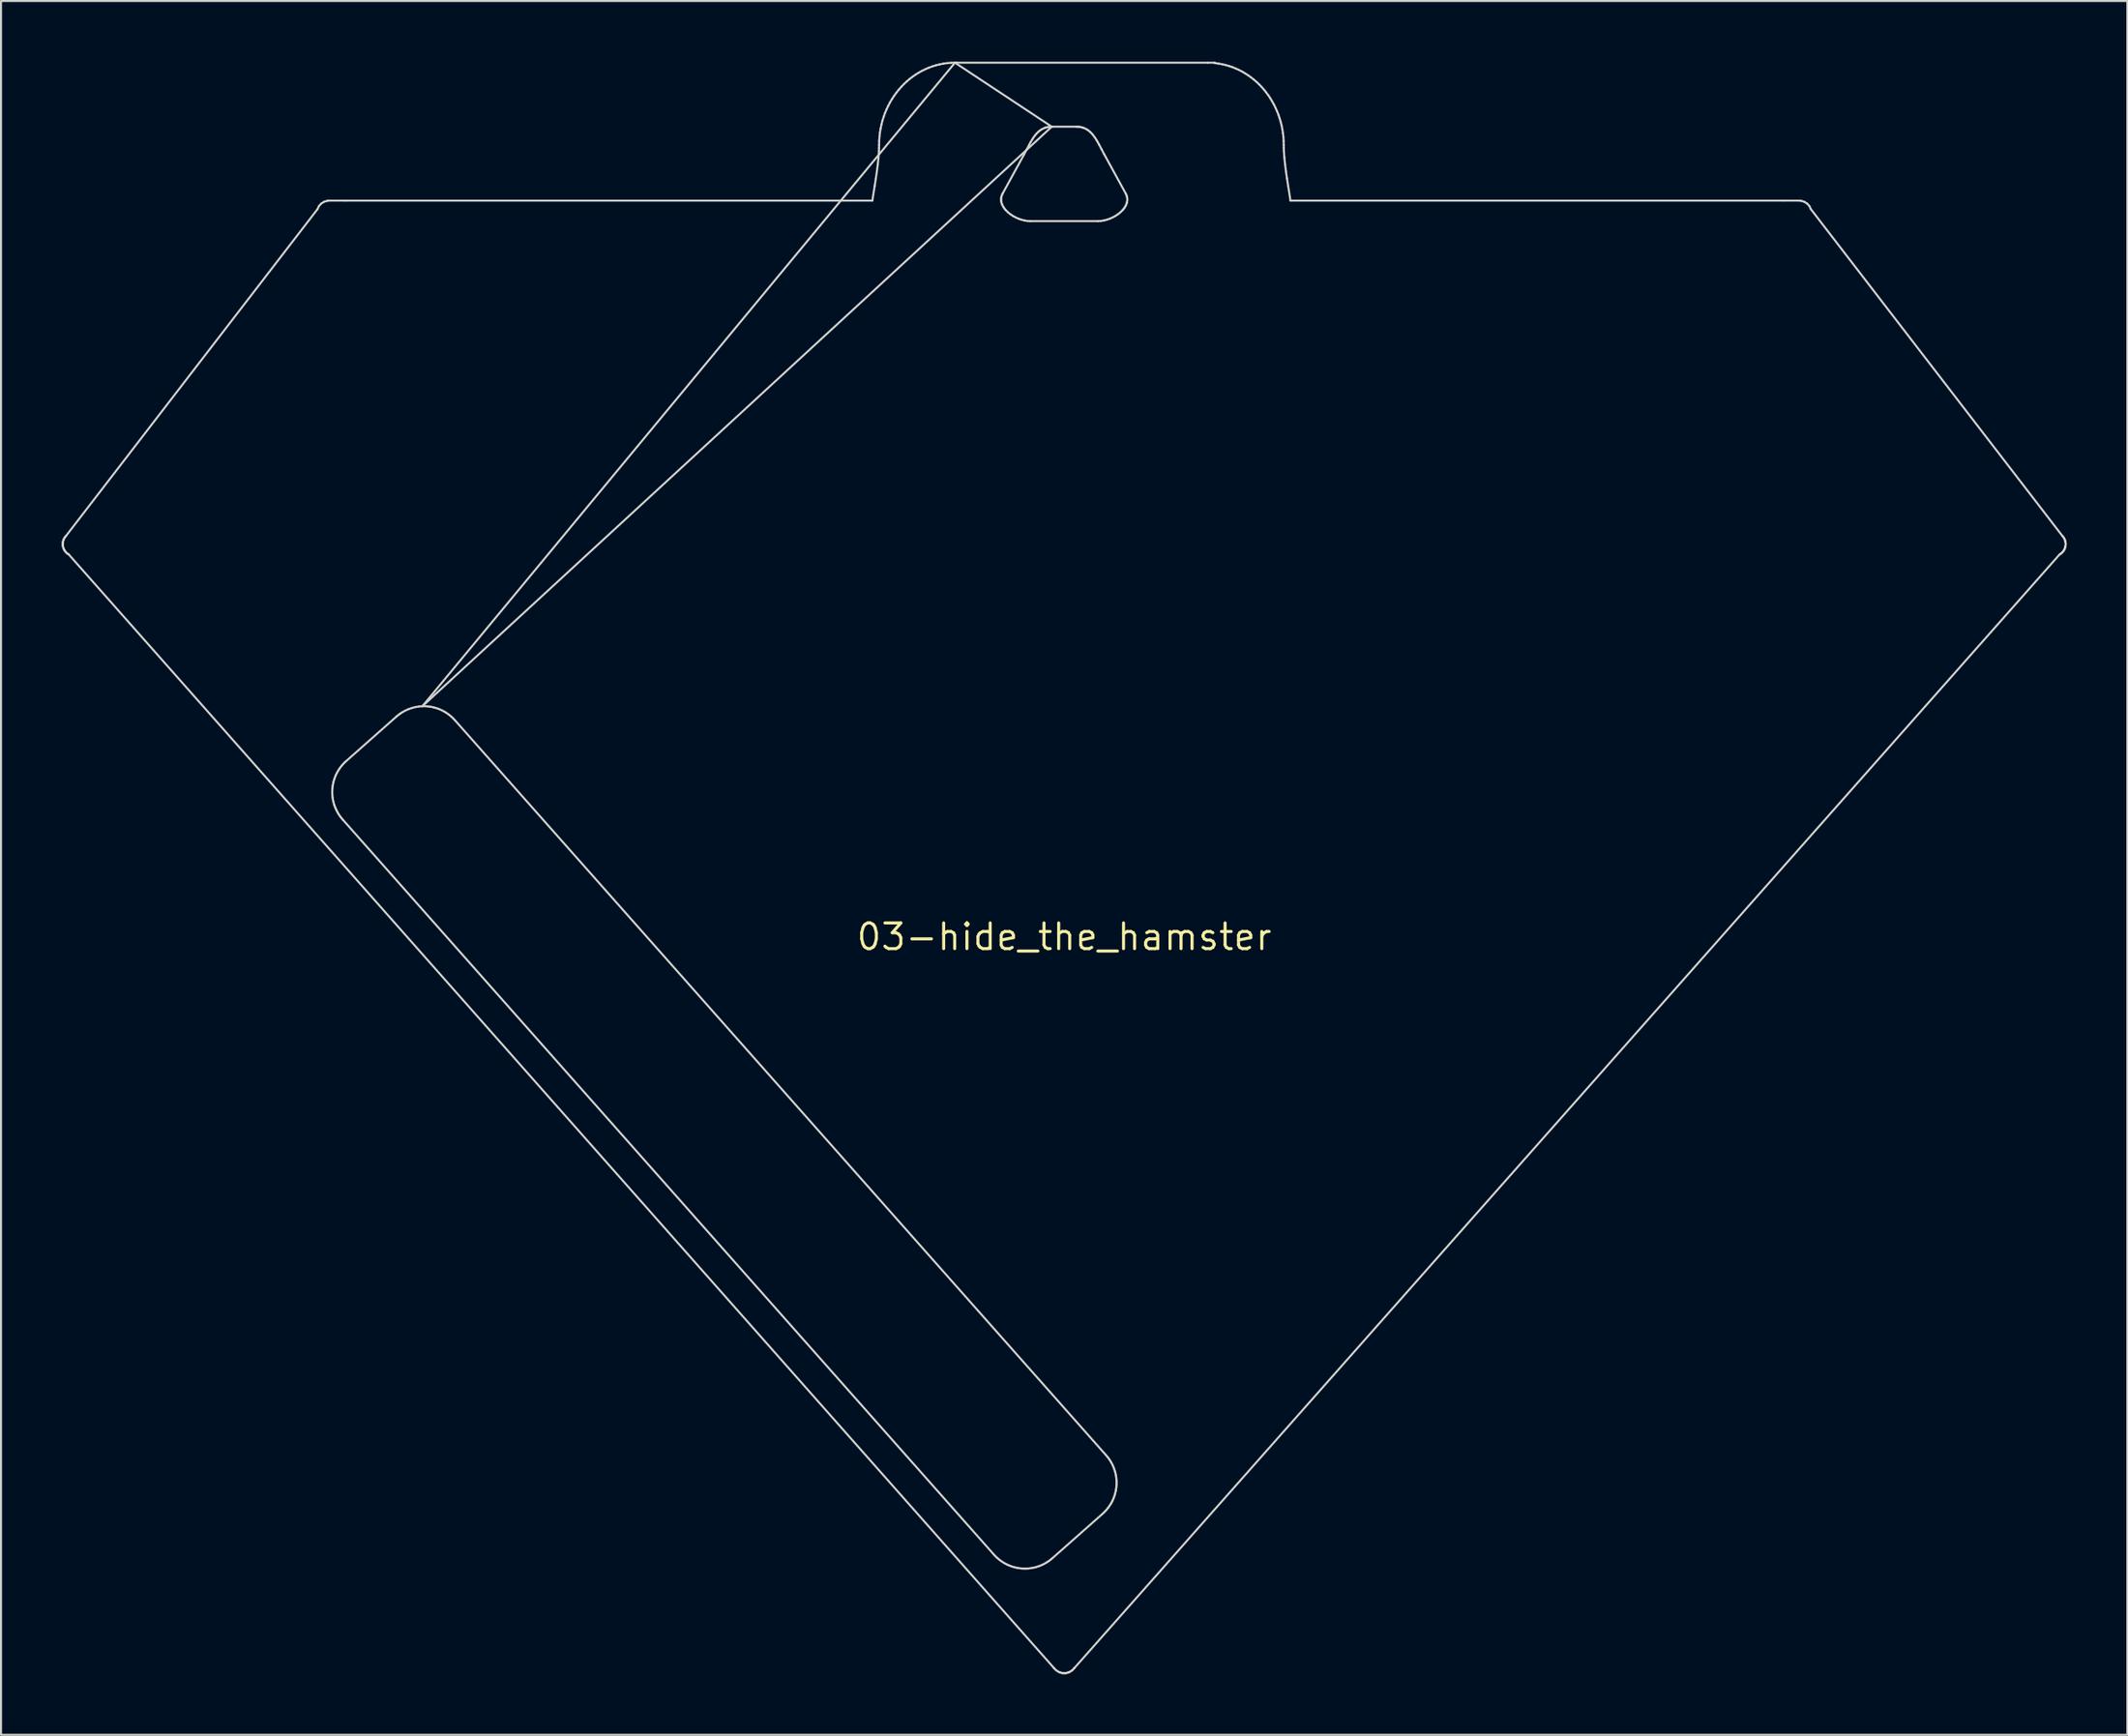
<source format=kicad_pcb>
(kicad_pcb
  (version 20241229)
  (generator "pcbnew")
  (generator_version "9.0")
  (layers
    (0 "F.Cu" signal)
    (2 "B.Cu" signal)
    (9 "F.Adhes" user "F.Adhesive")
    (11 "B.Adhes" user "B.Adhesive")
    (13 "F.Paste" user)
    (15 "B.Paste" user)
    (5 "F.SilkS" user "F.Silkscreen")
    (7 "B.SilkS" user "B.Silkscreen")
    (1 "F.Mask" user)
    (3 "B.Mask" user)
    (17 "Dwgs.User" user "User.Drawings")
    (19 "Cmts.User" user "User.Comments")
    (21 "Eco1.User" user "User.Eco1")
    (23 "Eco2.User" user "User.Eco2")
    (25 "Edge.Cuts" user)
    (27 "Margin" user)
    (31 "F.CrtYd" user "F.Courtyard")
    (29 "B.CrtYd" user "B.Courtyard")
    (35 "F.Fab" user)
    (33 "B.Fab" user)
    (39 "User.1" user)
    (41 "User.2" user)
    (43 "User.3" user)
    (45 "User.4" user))
  (footprint "03-hide_the_hamster"
    (layer "F.Cu")
    (at 49.55 43.279)
    (property "Reference" "03-hide_the_hamster" (at 0 0 0) (layer "F.SilkS") (effects (font (size 1.27 1.27) (thickness 0.15))))
    (attr through_hole)
    (fp_line (start -49.5 -19.424) (end -49.498 -19.377) (stroke (width 0.1) (type solid)) (layer "Edge.Cuts"))
    (fp_line (start -49.498 -19.463) (end -49.5 -19.424) (stroke (width 0.1) (type solid)) (layer "Edge.Cuts"))
    (fp_line (start -49.498 -19.377) (end -49.494 -19.346) (stroke (width 0.1) (type solid)) (layer "Edge.Cuts"))
    (fp_line (start -49.494 -19.499) (end -49.498 -19.463) (stroke (width 0.1) (type solid)) (layer "Edge.Cuts"))
    (fp_line (start -49.494 -19.346) (end -49.487 -19.306) (stroke (width 0.1) (type solid)) (layer "Edge.Cuts"))
    (fp_line (start -49.489 -19.532) (end -49.494 -19.499) (stroke (width 0.1) (type solid)) (layer "Edge.Cuts"))
    (fp_line (start -49.487 -19.306) (end -49.486 -19.299) (stroke (width 0.1) (type solid)) (layer "Edge.Cuts"))
    (fp_line (start -49.486 -19.299) (end -49.473 -19.251) (stroke (width 0.1) (type solid)) (layer "Edge.Cuts"))
    (fp_line (start -49.484 -19.554) (end -49.489 -19.532) (stroke (width 0.1) (type solid)) (layer "Edge.Cuts"))
    (fp_line (start -49.475 -19.588) (end -49.484 -19.554) (stroke (width 0.1) (type solid)) (layer "Edge.Cuts"))
    (fp_line (start -49.473 -19.251) (end -49.468 -19.237) (stroke (width 0.1) (type solid)) (layer "Edge.Cuts"))
    (fp_line (start -49.468 -19.612) (end -49.475 -19.588) (stroke (width 0.1) (type solid)) (layer "Edge.Cuts"))
    (fp_line (start -49.468 -19.237) (end -49.453 -19.194) (stroke (width 0.1) (type solid)) (layer "Edge.Cuts"))
    (fp_line (start -49.456 -19.645) (end -49.468 -19.612) (stroke (width 0.1) (type solid)) (layer "Edge.Cuts"))
    (fp_line (start -49.453 -19.194) (end -49.441 -19.169) (stroke (width 0.1) (type solid)) (layer "Edge.Cuts"))
    (fp_line (start -49.441 -19.679) (end -49.456 -19.645) (stroke (width 0.1) (type solid)) (layer "Edge.Cuts"))
    (fp_line (start -49.441 -19.169) (end -49.428 -19.145) (stroke (width 0.1) (type solid)) (layer "Edge.Cuts"))
    (fp_line (start -49.436 -19.688) (end -49.441 -19.679) (stroke (width 0.1) (type solid)) (layer "Edge.Cuts"))
    (fp_line (start -49.428 -19.145) (end -49.415 -19.122) (stroke (width 0.1) (type solid)) (layer "Edge.Cuts"))
    (fp_line (start -49.415 -19.122) (end -49.393 -19.087) (stroke (width 0.1) (type solid)) (layer "Edge.Cuts"))
    (fp_line (start -49.408 -19.737) (end -49.436 -19.688) (stroke (width 0.1) (type solid)) (layer "Edge.Cuts"))
    (fp_line (start -49.393 -19.087) (end -49.391 -19.082) (stroke (width 0.1) (type solid)) (layer "Edge.Cuts"))
    (fp_line (start -49.391 -19.082) (end -49.355 -19.037) (stroke (width 0.1) (type solid)) (layer "Edge.Cuts"))
    (fp_line (start -49.378 -19.781) (end -49.408 -19.737) (stroke (width 0.1) (type solid)) (layer "Edge.Cuts"))
    (fp_line (start -49.369 -19.792) (end -49.378 -19.781) (stroke (width 0.1) (type solid)) (layer "Edge.Cuts"))
    (fp_line (start -49.355 -19.037) (end -49.314 -18.994) (stroke (width 0.1) (type solid)) (layer "Edge.Cuts"))
    (fp_line (start -49.334 -19.832) (end -49.369 -19.792) (stroke (width 0.1) (type solid)) (layer "Edge.Cuts"))
    (fp_line (start -49.314 -18.994) (end -49.311 -18.991) (stroke (width 0.1) (type solid)) (layer "Edge.Cuts"))
    (fp_line (start -49.311 -18.991) (end -49.272 -18.957) (stroke (width 0.1) (type solid)) (layer "Edge.Cuts"))
    (fp_line (start -49.272 -18.957) (end -49.244 -18.937) (stroke (width 0.1) (type solid)) (layer "Edge.Cuts"))
    (fp_line (start -49.244 -18.937) (end -49.227 -18.925) (stroke (width 0.1) (type solid)) (layer "Edge.Cuts"))
    (fp_line (start -49.227 -18.925) (end -49.199 -18.908) (stroke (width 0.1) (type solid)) (layer "Edge.Cuts"))
    (fp_line (start -49.199 -18.908) (end -0.512 36.147) (stroke (width 0.1) (type solid)) (layer "Edge.Cuts"))
    (fp_line (start -36.908 -35.985) (end -49.334 -19.832) (stroke (width 0.1) (type solid)) (layer "Edge.Cuts"))
    (fp_line (start -36.835 -36.137) (end -36.908 -35.985) (stroke (width 0.1) (type solid)) (layer "Edge.Cuts"))
    (fp_line (start -36.724 -36.261) (end -36.835 -36.137) (stroke (width 0.1) (type solid)) (layer "Edge.Cuts"))
    (fp_line (start -36.582 -36.351) (end -36.724 -36.261) (stroke (width 0.1) (type solid)) (layer "Edge.Cuts"))
    (fp_line (start -36.418 -36.408) (end -36.418 -36.4) (stroke (width 0.1) (type solid)) (layer "Edge.Cuts"))
    (fp_line (start -36.418 -36.4) (end -36.582 -36.351) (stroke (width 0.1) (type solid)) (layer "Edge.Cuts"))
    (fp_line (start -36.32 -36.408) (end -36.418 -36.408) (stroke (width 0.1) (type solid)) (layer "Edge.Cuts"))
    (fp_line (start -36.179 -7.188) (end -36.175 -7.286) (stroke (width 0.1) (type solid)) (layer "Edge.Cuts"))
    (fp_line (start -36.178 -7.09) (end -36.179 -7.188) (stroke (width 0.1) (type solid)) (layer "Edge.Cuts"))
    (fp_line (start -36.175 -7.286) (end -36.167 -7.384) (stroke (width 0.1) (type solid)) (layer "Edge.Cuts"))
    (fp_line (start -36.172 -6.992) (end -36.178 -7.09) (stroke (width 0.1) (type solid)) (layer "Edge.Cuts"))
    (fp_line (start -36.167 -7.384) (end -36.154 -7.482) (stroke (width 0.1) (type solid)) (layer "Edge.Cuts"))
    (fp_line (start -36.161 -6.894) (end -36.172 -6.992) (stroke (width 0.1) (type solid)) (layer "Edge.Cuts"))
    (fp_line (start -36.154 -7.482) (end -36.136 -7.579) (stroke (width 0.1) (type solid)) (layer "Edge.Cuts"))
    (fp_line (start -36.146 -6.796) (end -36.161 -6.894) (stroke (width 0.1) (type solid)) (layer "Edge.Cuts"))
    (fp_line (start -36.136 -7.579) (end -36.114 -7.675) (stroke (width 0.1) (type solid)) (layer "Edge.Cuts"))
    (fp_line (start -36.126 -6.699) (end -36.146 -6.796) (stroke (width 0.1) (type solid)) (layer "Edge.Cuts"))
    (fp_line (start -36.114 -7.675) (end -36.087 -7.77) (stroke (width 0.1) (type solid)) (layer "Edge.Cuts"))
    (fp_line (start -36.101 -6.603) (end -36.126 -6.699) (stroke (width 0.1) (type solid)) (layer "Edge.Cuts"))
    (fp_line (start -36.087 -7.77) (end -36.055 -7.863) (stroke (width 0.1) (type solid)) (layer "Edge.Cuts"))
    (fp_line (start -36.072 -6.508) (end -36.101 -6.603) (stroke (width 0.1) (type solid)) (layer "Edge.Cuts"))
    (fp_line (start -36.055 -7.863) (end -36.019 -7.956) (stroke (width 0.1) (type solid)) (layer "Edge.Cuts"))
    (fp_line (start -36.037 -6.414) (end -36.072 -6.508) (stroke (width 0.1) (type solid)) (layer "Edge.Cuts"))
    (fp_line (start -36.019 -7.956) (end -35.978 -8.047) (stroke (width 0.1) (type solid)) (layer "Edge.Cuts"))
    (fp_line (start -35.998 -6.321) (end -36.037 -6.414) (stroke (width 0.1) (type solid)) (layer "Edge.Cuts"))
    (fp_line (start -35.978 -8.047) (end -35.933 -8.136) (stroke (width 0.1) (type solid)) (layer "Edge.Cuts"))
    (fp_line (start -35.954 -6.23) (end -35.998 -6.321) (stroke (width 0.1) (type solid)) (layer "Edge.Cuts"))
    (fp_line (start -35.933 -8.136) (end -35.883 -8.223) (stroke (width 0.1) (type solid)) (layer "Edge.Cuts"))
    (fp_line (start -35.905 -6.14) (end -35.954 -6.23) (stroke (width 0.1) (type solid)) (layer "Edge.Cuts"))
    (fp_line (start -35.883 -8.223) (end -35.828 -8.308) (stroke (width 0.1) (type solid)) (layer "Edge.Cuts"))
    (fp_line (start -35.852 -6.053) (end -35.905 -6.14) (stroke (width 0.1) (type solid)) (layer "Edge.Cuts"))
    (fp_line (start -35.828 -8.308) (end -35.769 -8.391) (stroke (width 0.1) (type solid)) (layer "Edge.Cuts"))
    (fp_line (start -35.793 -5.967) (end -35.852 -6.053) (stroke (width 0.1) (type solid)) (layer "Edge.Cuts"))
    (fp_line (start -35.769 -8.391) (end -35.705 -8.472) (stroke (width 0.1) (type solid)) (layer "Edge.Cuts"))
    (fp_line (start -35.73 -5.884) (end -35.793 -5.967) (stroke (width 0.1) (type solid)) (layer "Edge.Cuts"))
    (fp_line (start -35.705 -8.472) (end -35.637 -8.55) (stroke (width 0.1) (type solid)) (layer "Edge.Cuts"))
    (fp_line (start -35.662 -5.803) (end -35.73 -5.884) (stroke (width 0.1) (type solid)) (layer "Edge.Cuts"))
    (fp_line (start -35.637 -8.55) (end -35.564 -8.625) (stroke (width 0.1) (type solid)) (layer "Edge.Cuts"))
    (fp_line (start -35.565 -36.408) (end -36.32 -36.408) (stroke (width 0.1) (type solid)) (layer "Edge.Cuts"))
    (fp_line (start -35.564 -8.625) (end -35.486 -8.697) (stroke (width 0.1) (type solid)) (layer "Edge.Cuts"))
    (fp_line (start -35.486 -8.697) (end -33.01 -10.89) (stroke (width 0.1) (type solid)) (layer "Edge.Cuts"))
    (fp_line (start -35.467 -36.408) (end -35.565 -36.408) (stroke (width 0.1) (type solid)) (layer "Edge.Cuts"))
    (fp_line (start -33.01 -10.89) (end -32.939 -10.95) (stroke (width 0.1) (type solid)) (layer "Edge.Cuts"))
    (fp_line (start -32.939 -10.95) (end -32.867 -11.006) (stroke (width 0.1) (type solid)) (layer "Edge.Cuts"))
    (fp_line (start -32.867 -11.006) (end -32.792 -11.058) (stroke (width 0.1) (type solid)) (layer "Edge.Cuts"))
    (fp_line (start -32.792 -11.058) (end -32.716 -11.107) (stroke (width 0.1) (type solid)) (layer "Edge.Cuts"))
    (fp_line (start -32.716 -11.107) (end -32.56 -11.194) (stroke (width 0.1) (type solid)) (layer "Edge.Cuts"))
    (fp_line (start -32.56 -11.194) (end -32.399 -11.265) (stroke (width 0.1) (type solid)) (layer "Edge.Cuts"))
    (fp_line (start -32.399 -11.265) (end -32.233 -11.322) (stroke (width 0.1) (type solid)) (layer "Edge.Cuts"))
    (fp_line (start -32.233 -11.322) (end -32.065 -11.365) (stroke (width 0.1) (type solid)) (layer "Edge.Cuts"))
    (fp_line (start -32.065 -11.365) (end -31.894 -11.393) (stroke (width 0.1) (type solid)) (layer "Edge.Cuts"))
    (fp_line (start -31.894 -11.393) (end -31.723 -11.406) (stroke (width 0.1) (type solid)) (layer "Edge.Cuts"))
    (fp_line (start -31.723 -11.406) (end -31.723 -11.406) (stroke (width 0.1) (type solid)) (layer "Edge.Cuts"))
    (fp_line (start -31.723 -11.406) (end -31.612 -11.407) (stroke (width 0.1) (type solid)) (layer "Edge.Cuts"))
    (fp_line (start -31.723 -11.406) (end -5.399 -43.229) (stroke (width 0.1) (type solid)) (layer "Edge.Cuts"))
    (fp_line (start -31.612 -11.407) (end -31.502 -11.402) (stroke (width 0.1) (type solid)) (layer "Edge.Cuts"))
    (fp_line (start -31.502 -11.402) (end -31.392 -11.391) (stroke (width 0.1) (type solid)) (layer "Edge.Cuts"))
    (fp_line (start -31.392 -11.391) (end -31.282 -11.374) (stroke (width 0.1) (type solid)) (layer "Edge.Cuts"))
    (fp_line (start -31.282 -11.374) (end -31.174 -11.351) (stroke (width 0.1) (type solid)) (layer "Edge.Cuts"))
    (fp_line (start -31.174 -11.351) (end -31.067 -11.322) (stroke (width 0.1) (type solid)) (layer "Edge.Cuts"))
    (fp_line (start -31.067 -11.322) (end -30.961 -11.288) (stroke (width 0.1) (type solid)) (layer "Edge.Cuts"))
    (fp_line (start -30.961 -11.288) (end -30.857 -11.247) (stroke (width 0.1) (type solid)) (layer "Edge.Cuts"))
    (fp_line (start -30.857 -11.247) (end -30.755 -11.201) (stroke (width 0.1) (type solid)) (layer "Edge.Cuts"))
    (fp_line (start -30.755 -11.201) (end -30.655 -11.149) (stroke (width 0.1) (type solid)) (layer "Edge.Cuts"))
    (fp_line (start -30.655 -11.149) (end -30.557 -11.091) (stroke (width 0.1) (type solid)) (layer "Edge.Cuts"))
    (fp_line (start -30.557 -11.091) (end -30.462 -11.027) (stroke (width 0.1) (type solid)) (layer "Edge.Cuts"))
    (fp_line (start -30.462 -11.027) (end -30.371 -10.957) (stroke (width 0.1) (type solid)) (layer "Edge.Cuts"))
    (fp_line (start -30.371 -10.957) (end -30.282 -10.882) (stroke (width 0.1) (type solid)) (layer "Edge.Cuts"))
    (fp_line (start -30.282 -10.882) (end -30.197 -10.801) (stroke (width 0.1) (type solid)) (layer "Edge.Cuts"))
    (fp_line (start -30.197 -10.801) (end -30.115 -10.714) (stroke (width 0.1) (type solid)) (layer "Edge.Cuts"))
    (fp_line (start -30.115 -10.714) (end 2.072 25.634) (stroke (width 0.1) (type solid)) (layer "Edge.Cuts"))
    (fp_line (start -9.482 -36.408) (end -35.467 -36.408) (stroke (width 0.1) (type solid)) (layer "Edge.Cuts"))
    (fp_line (start -9.367 -37.134) (end -9.482 -36.408) (stroke (width 0.1) (type solid)) (layer "Edge.Cuts"))
    (fp_line (start -9.31 -37.494) (end -9.367 -37.134) (stroke (width 0.1) (type solid)) (layer "Edge.Cuts"))
    (fp_line (start -9.259 -37.849) (end -9.31 -37.494) (stroke (width 0.1) (type solid)) (layer "Edge.Cuts"))
    (fp_line (start -9.214 -38.196) (end -9.259 -37.849) (stroke (width 0.1) (type solid)) (layer "Edge.Cuts"))
    (fp_line (start -9.179 -38.532) (end -9.214 -38.196) (stroke (width 0.1) (type solid)) (layer "Edge.Cuts"))
    (fp_line (start -9.156 -38.854) (end -9.179 -38.532) (stroke (width 0.1) (type solid)) (layer "Edge.Cuts"))
    (fp_line (start -9.15 -39.009) (end -9.156 -38.854) (stroke (width 0.1) (type solid)) (layer "Edge.Cuts"))
    (fp_line (start -9.148 -39.16) (end -9.15 -39.009) (stroke (width 0.1) (type solid)) (layer "Edge.Cuts"))
    (fp_line (start -9.144 -39.369) (end -9.148 -39.16) (stroke (width 0.1) (type solid)) (layer "Edge.Cuts"))
    (fp_line (start -9.129 -39.576) (end -9.144 -39.369) (stroke (width 0.1) (type solid)) (layer "Edge.Cuts"))
    (fp_line (start -9.105 -39.779) (end -9.129 -39.576) (stroke (width 0.1) (type solid)) (layer "Edge.Cuts"))
    (fp_line (start -9.072 -39.98) (end -9.105 -39.779) (stroke (width 0.1) (type solid)) (layer "Edge.Cuts"))
    (fp_line (start -9.03 -40.177) (end -9.072 -39.98) (stroke (width 0.1) (type solid)) (layer "Edge.Cuts"))
    (fp_line (start -8.98 -40.37) (end -9.03 -40.177) (stroke (width 0.1) (type solid)) (layer "Edge.Cuts"))
    (fp_line (start -8.921 -40.559) (end -8.98 -40.37) (stroke (width 0.1) (type solid)) (layer "Edge.Cuts"))
    (fp_line (start -8.854 -40.744) (end -8.921 -40.559) (stroke (width 0.1) (type solid)) (layer "Edge.Cuts"))
    (fp_line (start -8.779 -40.924) (end -8.854 -40.744) (stroke (width 0.1) (type solid)) (layer "Edge.Cuts"))
    (fp_line (start -8.696 -41.099) (end -8.779 -40.924) (stroke (width 0.1) (type solid)) (layer "Edge.Cuts"))
    (fp_line (start -8.606 -41.27) (end -8.696 -41.099) (stroke (width 0.1) (type solid)) (layer "Edge.Cuts"))
    (fp_line (start -8.508 -41.435) (end -8.606 -41.27) (stroke (width 0.1) (type solid)) (layer "Edge.Cuts"))
    (fp_line (start -8.404 -41.594) (end -8.508 -41.435) (stroke (width 0.1) (type solid)) (layer "Edge.Cuts"))
    (fp_line (start -8.292 -41.748) (end -8.404 -41.594) (stroke (width 0.1) (type solid)) (layer "Edge.Cuts"))
    (fp_line (start -8.174 -41.896) (end -8.292 -41.748) (stroke (width 0.1) (type solid)) (layer "Edge.Cuts"))
    (fp_line (start -8.05 -42.037) (end -8.174 -41.896) (stroke (width 0.1) (type solid)) (layer "Edge.Cuts"))
    (fp_line (start -7.92 -42.172) (end -8.05 -42.037) (stroke (width 0.1) (type solid)) (layer "Edge.Cuts"))
    (fp_line (start -7.784 -42.3) (end -7.92 -42.172) (stroke (width 0.1) (type solid)) (layer "Edge.Cuts"))
    (fp_line (start -7.642 -42.421) (end -7.784 -42.3) (stroke (width 0.1) (type solid)) (layer "Edge.Cuts"))
    (fp_line (start -7.495 -42.534) (end -7.642 -42.421) (stroke (width 0.1) (type solid)) (layer "Edge.Cuts"))
    (fp_line (start -7.343 -42.64) (end -7.495 -42.534) (stroke (width 0.1) (type solid)) (layer "Edge.Cuts"))
    (fp_line (start -7.186 -42.738) (end -7.343 -42.64) (stroke (width 0.1) (type solid)) (layer "Edge.Cuts"))
    (fp_line (start -7.024 -42.828) (end -7.186 -42.738) (stroke (width 0.1) (type solid)) (layer "Edge.Cuts"))
    (fp_line (start -6.858 -42.909) (end -7.024 -42.828) (stroke (width 0.1) (type solid)) (layer "Edge.Cuts"))
    (fp_line (start -6.688 -42.982) (end -6.858 -42.909) (stroke (width 0.1) (type solid)) (layer "Edge.Cuts"))
    (fp_line (start -6.514 -43.046) (end -6.688 -42.982) (stroke (width 0.1) (type solid)) (layer "Edge.Cuts"))
    (fp_line (start -6.336 -43.101) (end -6.514 -43.046) (stroke (width 0.1) (type solid)) (layer "Edge.Cuts"))
    (fp_line (start -6.155 -43.146) (end -6.336 -43.101) (stroke (width 0.1) (type solid)) (layer "Edge.Cuts"))
    (fp_line (start -5.97 -43.182) (end -6.155 -43.146) (stroke (width 0.1) (type solid)) (layer "Edge.Cuts"))
    (fp_line (start -5.782 -43.208) (end -5.97 -43.182) (stroke (width 0.1) (type solid)) (layer "Edge.Cuts"))
    (fp_line (start -5.592 -43.224) (end -5.782 -43.208) (stroke (width 0.1) (type solid)) (layer "Edge.Cuts"))
    (fp_line (start -5.399 -43.229) (end -5.592 -43.224) (stroke (width 0.1) (type solid)) (layer "Edge.Cuts"))
    (fp_line (start -5.399 -43.229) (end -5.399 -43.229) (stroke (width 0.1) (type solid)) (layer "Edge.Cuts"))
    (fp_line (start -5.399 -43.229) (end -0.614 -40.063) (stroke (width 0.1) (type solid)) (layer "Edge.Cuts"))
    (fp_line (start -5.301 -43.229) (end -5.301 -43.225) (stroke (width 0.1) (type solid)) (layer "Edge.Cuts"))
    (fp_line (start -5.301 -43.225) (end -5.399 -43.229) (stroke (width 0.1) (type solid)) (layer "Edge.Cuts"))
    (fp_line (start -3.474 30.545) (end -35.662 -5.803) (stroke (width 0.1) (type solid)) (layer "Edge.Cuts"))
    (fp_line (start -3.402 30.623) (end -3.474 30.545) (stroke (width 0.1) (type solid)) (layer "Edge.Cuts"))
    (fp_line (start -3.327 30.696) (end -3.402 30.623) (stroke (width 0.1) (type solid)) (layer "Edge.Cuts"))
    (fp_line (start -3.249 30.764) (end -3.327 30.696) (stroke (width 0.1) (type solid)) (layer "Edge.Cuts"))
    (fp_line (start -3.168 30.828) (end -3.249 30.764) (stroke (width 0.1) (type solid)) (layer "Edge.Cuts"))
    (fp_line (start -3.119 -36.45) (end -3.117 -36.512) (stroke (width 0.1) (type solid)) (layer "Edge.Cuts"))
    (fp_line (start -3.117 -36.512) (end -3.109 -36.574) (stroke (width 0.1) (type solid)) (layer "Edge.Cuts"))
    (fp_line (start -3.114 -36.389) (end -3.119 -36.45) (stroke (width 0.1) (type solid)) (layer "Edge.Cuts"))
    (fp_line (start -3.109 -36.574) (end -3.093 -36.637) (stroke (width 0.1) (type solid)) (layer "Edge.Cuts"))
    (fp_line (start -3.104 -36.328) (end -3.114 -36.389) (stroke (width 0.1) (type solid)) (layer "Edge.Cuts"))
    (fp_line (start -3.093 -36.637) (end -3.071 -36.699) (stroke (width 0.1) (type solid)) (layer "Edge.Cuts"))
    (fp_line (start -3.087 -36.268) (end -3.104 -36.328) (stroke (width 0.1) (type solid)) (layer "Edge.Cuts"))
    (fp_line (start -3.085 30.887) (end -3.168 30.828) (stroke (width 0.1) (type solid)) (layer "Edge.Cuts"))
    (fp_line (start -3.071 -36.699) (end -3.04 -36.762) (stroke (width 0.1) (type solid)) (layer "Edge.Cuts"))
    (fp_line (start -3.064 -36.209) (end -3.087 -36.268) (stroke (width 0.1) (type solid)) (layer "Edge.Cuts"))
    (fp_line (start -3.04 -36.762) (end -1.981 -38.695) (stroke (width 0.1) (type solid)) (layer "Edge.Cuts"))
    (fp_line (start -3.037 -36.15) (end -3.064 -36.209) (stroke (width 0.1) (type solid)) (layer "Edge.Cuts"))
    (fp_line (start -3.004 -36.093) (end -3.037 -36.15) (stroke (width 0.1) (type solid)) (layer "Edge.Cuts"))
    (fp_line (start -3 30.942) (end -3.085 30.887) (stroke (width 0.1) (type solid)) (layer "Edge.Cuts"))
    (fp_line (start -2.967 -36.037) (end -3.004 -36.093) (stroke (width 0.1) (type solid)) (layer "Edge.Cuts"))
    (fp_line (start -2.926 -35.982) (end -2.967 -36.037) (stroke (width 0.1) (type solid)) (layer "Edge.Cuts"))
    (fp_line (start -2.913 30.992) (end -3 30.942) (stroke (width 0.1) (type solid)) (layer "Edge.Cuts"))
    (fp_line (start -2.88 -35.93) (end -2.926 -35.982) (stroke (width 0.1) (type solid)) (layer "Edge.Cuts"))
    (fp_line (start -2.824 31.038) (end -2.913 30.992) (stroke (width 0.1) (type solid)) (layer "Edge.Cuts"))
    (fp_line (start -2.777 -35.829) (end -2.88 -35.93) (stroke (width 0.1) (type solid)) (layer "Edge.Cuts"))
    (fp_line (start -2.733 31.079) (end -2.824 31.038) (stroke (width 0.1) (type solid)) (layer "Edge.Cuts"))
    (fp_line (start -2.661 -35.736) (end -2.777 -35.829) (stroke (width 0.1) (type solid)) (layer "Edge.Cuts"))
    (fp_line (start -2.64 31.115) (end -2.733 31.079) (stroke (width 0.1) (type solid)) (layer "Edge.Cuts"))
    (fp_line (start -2.547 31.146) (end -2.64 31.115) (stroke (width 0.1) (type solid)) (layer "Edge.Cuts"))
    (fp_line (start -2.535 -35.652) (end -2.661 -35.736) (stroke (width 0.1) (type solid)) (layer "Edge.Cuts"))
    (fp_line (start -2.452 31.173) (end -2.547 31.146) (stroke (width 0.1) (type solid)) (layer "Edge.Cuts"))
    (fp_line (start -2.399 -35.578) (end -2.535 -35.652) (stroke (width 0.1) (type solid)) (layer "Edge.Cuts"))
    (fp_line (start -2.356 31.196) (end -2.452 31.173) (stroke (width 0.1) (type solid)) (layer "Edge.Cuts"))
    (fp_line (start -2.259 31.213) (end -2.356 31.196) (stroke (width 0.1) (type solid)) (layer "Edge.Cuts"))
    (fp_line (start -2.258 -35.515) (end -2.399 -35.578) (stroke (width 0.1) (type solid)) (layer "Edge.Cuts"))
    (fp_line (start -2.161 31.226) (end -2.259 31.213) (stroke (width 0.1) (type solid)) (layer "Edge.Cuts"))
    (fp_line (start -2.112 -35.463) (end -2.258 -35.515) (stroke (width 0.1) (type solid)) (layer "Edge.Cuts"))
    (fp_line (start -2.063 31.235) (end -2.161 31.226) (stroke (width 0.1) (type solid)) (layer "Edge.Cuts"))
    (fp_line (start -1.981 -38.695) (end -1.849 -38.945) (stroke (width 0.1) (type solid)) (layer "Edge.Cuts"))
    (fp_line (start -1.965 31.238) (end -2.063 31.235) (stroke (width 0.1) (type solid)) (layer "Edge.Cuts"))
    (fp_line (start -1.964 -35.426) (end -2.112 -35.463) (stroke (width 0.1) (type solid)) (layer "Edge.Cuts"))
    (fp_line (start -1.867 31.237) (end -1.965 31.238) (stroke (width 0.1) (type solid)) (layer "Edge.Cuts"))
    (fp_line (start -1.849 -38.945) (end -1.721 -39.189) (stroke (width 0.1) (type solid)) (layer "Edge.Cuts"))
    (fp_line (start -1.817 -35.402) (end -1.964 -35.426) (stroke (width 0.1) (type solid)) (layer "Edge.Cuts"))
    (fp_line (start -1.769 31.231) (end -1.867 31.237) (stroke (width 0.1) (type solid)) (layer "Edge.Cuts"))
    (fp_line (start -1.721 -39.189) (end -1.656 -39.307) (stroke (width 0.1) (type solid)) (layer "Edge.Cuts"))
    (fp_line (start -1.673 -35.394) (end -1.817 -35.402) (stroke (width 0.1) (type solid)) (layer "Edge.Cuts"))
    (fp_line (start -1.671 31.221) (end -1.769 31.231) (stroke (width 0.1) (type solid)) (layer "Edge.Cuts"))
    (fp_line (start -1.656 -39.307) (end -1.588 -39.42) (stroke (width 0.1) (type solid)) (layer "Edge.Cuts"))
    (fp_line (start -1.588 -39.42) (end -1.519 -39.527) (stroke (width 0.1) (type solid)) (layer "Edge.Cuts"))
    (fp_line (start -1.573 31.205) (end -1.671 31.221) (stroke (width 0.1) (type solid)) (layer "Edge.Cuts"))
    (fp_line (start -1.519 -39.527) (end -1.445 -39.628) (stroke (width 0.1) (type solid)) (layer "Edge.Cuts"))
    (fp_line (start -1.476 31.185) (end -1.573 31.205) (stroke (width 0.1) (type solid)) (layer "Edge.Cuts"))
    (fp_line (start -1.445 -39.628) (end -1.367 -39.721) (stroke (width 0.1) (type solid)) (layer "Edge.Cuts"))
    (fp_line (start -1.38 31.161) (end -1.476 31.185) (stroke (width 0.1) (type solid)) (layer "Edge.Cuts"))
    (fp_line (start -1.367 -39.721) (end -1.284 -39.805) (stroke (width 0.1) (type solid)) (layer "Edge.Cuts"))
    (fp_line (start -1.285 31.131) (end -1.38 31.161) (stroke (width 0.1) (type solid)) (layer "Edge.Cuts"))
    (fp_line (start -1.284 -39.805) (end -1.194 -39.879) (stroke (width 0.1) (type solid)) (layer "Edge.Cuts"))
    (fp_line (start -1.194 -39.879) (end -1.096 -39.943) (stroke (width 0.1) (type solid)) (layer "Edge.Cuts"))
    (fp_line (start -1.191 31.097) (end -1.285 31.131) (stroke (width 0.1) (type solid)) (layer "Edge.Cuts"))
    (fp_line (start -1.098 31.057) (end -1.191 31.097) (stroke (width 0.1) (type solid)) (layer "Edge.Cuts"))
    (fp_line (start -1.096 -39.943) (end -0.99 -39.993) (stroke (width 0.1) (type solid)) (layer "Edge.Cuts"))
    (fp_line (start -1.007 31.014) (end -1.098 31.057) (stroke (width 0.1) (type solid)) (layer "Edge.Cuts"))
    (fp_line (start -0.99 -39.993) (end -0.934 -40.014) (stroke (width 0.1) (type solid)) (layer "Edge.Cuts"))
    (fp_line (start -0.934 -40.014) (end -0.875 -40.031) (stroke (width 0.1) (type solid)) (layer "Edge.Cuts"))
    (fp_line (start -0.917 30.965) (end -1.007 31.014) (stroke (width 0.1) (type solid)) (layer "Edge.Cuts"))
    (fp_line (start -0.875 -40.031) (end -0.814 -40.045) (stroke (width 0.1) (type solid)) (layer "Edge.Cuts"))
    (fp_line (start -0.83 30.911) (end -0.917 30.965) (stroke (width 0.1) (type solid)) (layer "Edge.Cuts"))
    (fp_line (start -0.814 -40.045) (end -0.75 -40.055) (stroke (width 0.1) (type solid)) (layer "Edge.Cuts"))
    (fp_line (start -0.75 -40.055) (end -0.684 -40.061) (stroke (width 0.1) (type solid)) (layer "Edge.Cuts"))
    (fp_line (start -0.744 30.853) (end -0.83 30.911) (stroke (width 0.1) (type solid)) (layer "Edge.Cuts"))
    (fp_line (start -0.684 -40.061) (end -0.614 -40.063) (stroke (width 0.1) (type solid)) (layer "Edge.Cuts"))
    (fp_line (start -0.661 30.789) (end -0.744 30.853) (stroke (width 0.1) (type solid)) (layer "Edge.Cuts"))
    (fp_line (start -0.614 -40.063) (end -31.723 -11.406) (stroke (width 0.1) (type solid)) (layer "Edge.Cuts"))
    (fp_line (start -0.614 -40.063) (end -0.614 -40.063) (stroke (width 0.1) (type solid)) (layer "Edge.Cuts"))
    (fp_line (start -0.614 -40.063) (end 0.614 -40.063) (stroke (width 0.1) (type solid)) (layer "Edge.Cuts"))
    (fp_line (start -0.58 30.721) (end -0.661 30.789) (stroke (width 0.1) (type solid)) (layer "Edge.Cuts"))
    (fp_line (start -0.512 36.147) (end -0.511 36.144) (stroke (width 0.1) (type solid)) (layer "Edge.Cuts"))
    (fp_line (start -0.511 36.144) (end -0.482 36.181) (stroke (width 0.1) (type solid)) (layer "Edge.Cuts"))
    (fp_line (start -0.482 36.181) (end -0.396 36.267) (stroke (width 0.1) (type solid)) (layer "Edge.Cuts"))
    (fp_line (start -0.396 36.267) (end -0.295 36.334) (stroke (width 0.1) (type solid)) (layer "Edge.Cuts"))
    (fp_line (start -0.295 36.334) (end -0.239 36.36) (stroke (width 0.1) (type solid)) (layer "Edge.Cuts"))
    (fp_line (start -0.239 36.36) (end -0.189 36.378) (stroke (width 0.1) (type solid)) (layer "Edge.Cuts"))
    (fp_line (start -0.189 36.378) (end -0.177 36.382) (stroke (width 0.1) (type solid)) (layer "Edge.Cuts"))
    (fp_line (start -0.177 36.382) (end -0.127 36.395) (stroke (width 0.1) (type solid)) (layer "Edge.Cuts"))
    (fp_line (start -0.127 36.395) (end -0.121 36.396) (stroke (width 0.1) (type solid)) (layer "Edge.Cuts"))
    (fp_line (start -0.121 36.396) (end -0.12 36.396) (stroke (width 0.1) (type solid)) (layer "Edge.Cuts"))
    (fp_line (start -0.12 36.396) (end -0.076 36.403) (stroke (width 0.1) (type solid)) (layer "Edge.Cuts"))
    (fp_line (start -0.076 36.403) (end -0.061 36.406) (stroke (width 0.1) (type solid)) (layer "Edge.Cuts"))
    (fp_line (start -0.061 36.406) (end -0.002 36.409) (stroke (width 0.1) (type solid)) (layer "Edge.Cuts"))
    (fp_line (start -0.002 36.409) (end 0.047 36.407) (stroke (width 0.1) (type solid)) (layer "Edge.Cuts"))
    (fp_line (start 0.047 36.407) (end 0.052 36.406) (stroke (width 0.1) (type solid)) (layer "Edge.Cuts"))
    (fp_line (start 0.052 36.406) (end 0.097 36.4) (stroke (width 0.1) (type solid)) (layer "Edge.Cuts"))
    (fp_line (start 0.097 36.4) (end 0.108 36.398) (stroke (width 0.1) (type solid)) (layer "Edge.Cuts"))
    (fp_line (start 0.108 36.398) (end 0.11 36.398) (stroke (width 0.1) (type solid)) (layer "Edge.Cuts"))
    (fp_line (start 0.11 36.398) (end 0.148 36.39) (stroke (width 0.1) (type solid)) (layer "Edge.Cuts"))
    (fp_line (start 0.148 36.39) (end 0.177 36.382) (stroke (width 0.1) (type solid)) (layer "Edge.Cuts"))
    (fp_line (start 0.177 36.382) (end 0.192 36.377) (stroke (width 0.1) (type solid)) (layer "Edge.Cuts"))
    (fp_line (start 0.192 36.377) (end 0.235 36.362) (stroke (width 0.1) (type solid)) (layer "Edge.Cuts"))
    (fp_line (start 0.235 36.362) (end 0.246 36.357) (stroke (width 0.1) (type solid)) (layer "Edge.Cuts"))
    (fp_line (start 0.246 36.357) (end 0.295 36.334) (stroke (width 0.1) (type solid)) (layer "Edge.Cuts"))
    (fp_line (start 0.295 36.334) (end 0.347 36.303) (stroke (width 0.1) (type solid)) (layer "Edge.Cuts"))
    (fp_line (start 0.347 36.303) (end 0.395 36.267) (stroke (width 0.1) (type solid)) (layer "Edge.Cuts"))
    (fp_line (start 0.395 36.267) (end 0.441 36.226) (stroke (width 0.1) (type solid)) (layer "Edge.Cuts"))
    (fp_line (start 0.441 36.226) (end 0.481 36.181) (stroke (width 0.1) (type solid)) (layer "Edge.Cuts"))
    (fp_line (start 0.481 36.181) (end 0.511 36.144) (stroke (width 0.1) (type solid)) (layer "Edge.Cuts"))
    (fp_line (start 0.511 36.144) (end 0.512 36.146) (stroke (width 0.1) (type solid)) (layer "Edge.Cuts"))
    (fp_line (start 0.512 36.146) (end 49.199 -18.909) (stroke (width 0.1) (type solid)) (layer "Edge.Cuts"))
    (fp_line (start 0.614 -40.063) (end 0.683 -40.061) (stroke (width 0.1) (type solid)) (layer "Edge.Cuts"))
    (fp_line (start 0.683 -40.061) (end 0.75 -40.055) (stroke (width 0.1) (type solid)) (layer "Edge.Cuts"))
    (fp_line (start 0.75 -40.055) (end 0.813 -40.045) (stroke (width 0.1) (type solid)) (layer "Edge.Cuts"))
    (fp_line (start 0.813 -40.045) (end 0.875 -40.031) (stroke (width 0.1) (type solid)) (layer "Edge.Cuts"))
    (fp_line (start 0.875 -40.031) (end 0.933 -40.014) (stroke (width 0.1) (type solid)) (layer "Edge.Cuts"))
    (fp_line (start 0.933 -40.014) (end 0.99 -39.993) (stroke (width 0.1) (type solid)) (layer "Edge.Cuts"))
    (fp_line (start 0.99 -39.993) (end 1.096 -39.943) (stroke (width 0.1) (type solid)) (layer "Edge.Cuts"))
    (fp_line (start 1.096 -39.943) (end 1.193 -39.879) (stroke (width 0.1) (type solid)) (layer "Edge.Cuts"))
    (fp_line (start 1.193 -39.879) (end 1.283 -39.805) (stroke (width 0.1) (type solid)) (layer "Edge.Cuts"))
    (fp_line (start 1.283 -39.805) (end 1.367 -39.721) (stroke (width 0.1) (type solid)) (layer "Edge.Cuts"))
    (fp_line (start 1.367 -39.721) (end 1.445 -39.628) (stroke (width 0.1) (type solid)) (layer "Edge.Cuts"))
    (fp_line (start 1.445 -39.628) (end 1.518 -39.527) (stroke (width 0.1) (type solid)) (layer "Edge.Cuts"))
    (fp_line (start 1.518 -39.527) (end 1.588 -39.42) (stroke (width 0.1) (type solid)) (layer "Edge.Cuts"))
    (fp_line (start 1.588 -39.42) (end 1.655 -39.307) (stroke (width 0.1) (type solid)) (layer "Edge.Cuts"))
    (fp_line (start 1.655 -39.307) (end 1.72 -39.189) (stroke (width 0.1) (type solid)) (layer "Edge.Cuts"))
    (fp_line (start 1.672 -35.394) (end -1.673 -35.394) (stroke (width 0.1) (type solid)) (layer "Edge.Cuts"))
    (fp_line (start 1.72 -39.189) (end 1.849 -38.945) (stroke (width 0.1) (type solid)) (layer "Edge.Cuts"))
    (fp_line (start 1.816 -35.402) (end 1.672 -35.394) (stroke (width 0.1) (type solid)) (layer "Edge.Cuts"))
    (fp_line (start 1.849 -38.945) (end 1.981 -38.695) (stroke (width 0.1) (type solid)) (layer "Edge.Cuts"))
    (fp_line (start 1.897 28.529) (end -0.58 30.721) (stroke (width 0.1) (type solid)) (layer "Edge.Cuts"))
    (fp_line (start 1.963 -35.426) (end 1.816 -35.402) (stroke (width 0.1) (type solid)) (layer "Edge.Cuts"))
    (fp_line (start 1.974 28.456) (end 1.897 28.529) (stroke (width 0.1) (type solid)) (layer "Edge.Cuts"))
    (fp_line (start 1.981 -38.695) (end 3.04 -36.762) (stroke (width 0.1) (type solid)) (layer "Edge.Cuts"))
    (fp_line (start 2.047 28.381) (end 1.974 28.456) (stroke (width 0.1) (type solid)) (layer "Edge.Cuts"))
    (fp_line (start 2.072 25.634) (end 2.14 25.715) (stroke (width 0.1) (type solid)) (layer "Edge.Cuts"))
    (fp_line (start 2.111 -35.463) (end 1.963 -35.426) (stroke (width 0.1) (type solid)) (layer "Edge.Cuts"))
    (fp_line (start 2.115 28.303) (end 2.047 28.381) (stroke (width 0.1) (type solid)) (layer "Edge.Cuts"))
    (fp_line (start 2.14 25.715) (end 2.204 25.799) (stroke (width 0.1) (type solid)) (layer "Edge.Cuts"))
    (fp_line (start 2.179 28.223) (end 2.115 28.303) (stroke (width 0.1) (type solid)) (layer "Edge.Cuts"))
    (fp_line (start 2.204 25.799) (end 2.262 25.884) (stroke (width 0.1) (type solid)) (layer "Edge.Cuts"))
    (fp_line (start 2.238 28.14) (end 2.179 28.223) (stroke (width 0.1) (type solid)) (layer "Edge.Cuts"))
    (fp_line (start 2.257 -35.515) (end 2.111 -35.463) (stroke (width 0.1) (type solid)) (layer "Edge.Cuts"))
    (fp_line (start 2.262 25.884) (end 2.316 25.972) (stroke (width 0.1) (type solid)) (layer "Edge.Cuts"))
    (fp_line (start 2.293 28.055) (end 2.238 28.14) (stroke (width 0.1) (type solid)) (layer "Edge.Cuts"))
    (fp_line (start 2.316 25.972) (end 2.365 26.061) (stroke (width 0.1) (type solid)) (layer "Edge.Cuts"))
    (fp_line (start 2.343 27.967) (end 2.293 28.055) (stroke (width 0.1) (type solid)) (layer "Edge.Cuts"))
    (fp_line (start 2.365 26.061) (end 2.409 26.153) (stroke (width 0.1) (type solid)) (layer "Edge.Cuts"))
    (fp_line (start 2.389 27.878) (end 2.343 27.967) (stroke (width 0.1) (type solid)) (layer "Edge.Cuts"))
    (fp_line (start 2.398 -35.578) (end 2.257 -35.515) (stroke (width 0.1) (type solid)) (layer "Edge.Cuts"))
    (fp_line (start 2.409 26.153) (end 2.448 26.245) (stroke (width 0.1) (type solid)) (layer "Edge.Cuts"))
    (fp_line (start 2.43 27.787) (end 2.389 27.878) (stroke (width 0.1) (type solid)) (layer "Edge.Cuts"))
    (fp_line (start 2.448 26.245) (end 2.482 26.339) (stroke (width 0.1) (type solid)) (layer "Edge.Cuts"))
    (fp_line (start 2.466 27.695) (end 2.43 27.787) (stroke (width 0.1) (type solid)) (layer "Edge.Cuts"))
    (fp_line (start 2.482 26.339) (end 2.512 26.434) (stroke (width 0.1) (type solid)) (layer "Edge.Cuts"))
    (fp_line (start 2.497 27.601) (end 2.466 27.695) (stroke (width 0.1) (type solid)) (layer "Edge.Cuts"))
    (fp_line (start 2.512 26.434) (end 2.537 26.531) (stroke (width 0.1) (type solid)) (layer "Edge.Cuts"))
    (fp_line (start 2.524 27.506) (end 2.497 27.601) (stroke (width 0.1) (type solid)) (layer "Edge.Cuts"))
    (fp_line (start 2.534 -35.652) (end 2.398 -35.578) (stroke (width 0.1) (type solid)) (layer "Edge.Cuts"))
    (fp_line (start 2.537 26.531) (end 2.557 26.628) (stroke (width 0.1) (type solid)) (layer "Edge.Cuts"))
    (fp_line (start 2.547 27.41) (end 2.524 27.506) (stroke (width 0.1) (type solid)) (layer "Edge.Cuts"))
    (fp_line (start 2.557 26.628) (end 2.572 26.725) (stroke (width 0.1) (type solid)) (layer "Edge.Cuts"))
    (fp_line (start 2.564 27.313) (end 2.547 27.41) (stroke (width 0.1) (type solid)) (layer "Edge.Cuts"))
    (fp_line (start 2.572 26.725) (end 2.582 26.823) (stroke (width 0.1) (type solid)) (layer "Edge.Cuts"))
    (fp_line (start 2.577 27.216) (end 2.564 27.313) (stroke (width 0.1) (type solid)) (layer "Edge.Cuts"))
    (fp_line (start 2.582 26.823) (end 2.588 26.921) (stroke (width 0.1) (type solid)) (layer "Edge.Cuts"))
    (fp_line (start 2.586 27.118) (end 2.577 27.216) (stroke (width 0.1) (type solid)) (layer "Edge.Cuts"))
    (fp_line (start 2.588 26.921) (end 2.589 27.02) (stroke (width 0.1) (type solid)) (layer "Edge.Cuts"))
    (fp_line (start 2.589 27.02) (end 2.586 27.118) (stroke (width 0.1) (type solid)) (layer "Edge.Cuts"))
    (fp_line (start 2.66 -35.736) (end 2.534 -35.652) (stroke (width 0.1) (type solid)) (layer "Edge.Cuts"))
    (fp_line (start 2.777 -35.829) (end 2.66 -35.736) (stroke (width 0.1) (type solid)) (layer "Edge.Cuts"))
    (fp_line (start 2.879 -35.93) (end 2.777 -35.829) (stroke (width 0.1) (type solid)) (layer "Edge.Cuts"))
    (fp_line (start 2.925 -35.982) (end 2.879 -35.93) (stroke (width 0.1) (type solid)) (layer "Edge.Cuts"))
    (fp_line (start 2.967 -36.037) (end 2.925 -35.982) (stroke (width 0.1) (type solid)) (layer "Edge.Cuts"))
    (fp_line (start 3.004 -36.093) (end 2.967 -36.037) (stroke (width 0.1) (type solid)) (layer "Edge.Cuts"))
    (fp_line (start 3.037 -36.15) (end 3.004 -36.093) (stroke (width 0.1) (type solid)) (layer "Edge.Cuts"))
    (fp_line (start 3.04 -36.762) (end 3.07 -36.699) (stroke (width 0.1) (type solid)) (layer "Edge.Cuts"))
    (fp_line (start 3.064 -36.209) (end 3.037 -36.15) (stroke (width 0.1) (type solid)) (layer "Edge.Cuts"))
    (fp_line (start 3.07 -36.699) (end 3.092 -36.637) (stroke (width 0.1) (type solid)) (layer "Edge.Cuts"))
    (fp_line (start 3.086 -36.268) (end 3.064 -36.209) (stroke (width 0.1) (type solid)) (layer "Edge.Cuts"))
    (fp_line (start 3.092 -36.637) (end 3.108 -36.574) (stroke (width 0.1) (type solid)) (layer "Edge.Cuts"))
    (fp_line (start 3.103 -36.328) (end 3.086 -36.268) (stroke (width 0.1) (type solid)) (layer "Edge.Cuts"))
    (fp_line (start 3.108 -36.574) (end 3.117 -36.512) (stroke (width 0.1) (type solid)) (layer "Edge.Cuts"))
    (fp_line (start 3.114 -36.389) (end 3.103 -36.328) (stroke (width 0.1) (type solid)) (layer "Edge.Cuts"))
    (fp_line (start 3.117 -36.512) (end 3.118 -36.45) (stroke (width 0.1) (type solid)) (layer "Edge.Cuts"))
    (fp_line (start 3.118 -36.45) (end 3.114 -36.389) (stroke (width 0.1) (type solid)) (layer "Edge.Cuts"))
    (fp_line (start 7.101 -43.229) (end -5.301 -43.229) (stroke (width 0.1) (type solid)) (layer "Edge.Cuts"))
    (fp_line (start 7.443 -43.229) (end 7.101 -43.229) (stroke (width 0.1) (type solid)) (layer "Edge.Cuts"))
    (fp_line (start 7.443 -43.209) (end 7.443 -43.229) (stroke (width 0.1) (type solid)) (layer "Edge.Cuts"))
    (fp_line (start 7.623 -43.186) (end 7.443 -43.209) (stroke (width 0.1) (type solid)) (layer "Edge.Cuts"))
    (fp_line (start 7.8 -43.155) (end 7.623 -43.186) (stroke (width 0.1) (type solid)) (layer "Edge.Cuts"))
    (fp_line (start 7.973 -43.115) (end 7.8 -43.155) (stroke (width 0.1) (type solid)) (layer "Edge.Cuts"))
    (fp_line (start 8.144 -43.066) (end 7.973 -43.115) (stroke (width 0.1) (type solid)) (layer "Edge.Cuts"))
    (fp_line (start 8.311 -43.009) (end 8.144 -43.066) (stroke (width 0.1) (type solid)) (layer "Edge.Cuts"))
    (fp_line (start 8.474 -42.944) (end 8.311 -43.009) (stroke (width 0.1) (type solid)) (layer "Edge.Cuts"))
    (fp_line (start 8.634 -42.871) (end 8.474 -42.944) (stroke (width 0.1) (type solid)) (layer "Edge.Cuts"))
    (fp_line (start 8.79 -42.791) (end 8.634 -42.871) (stroke (width 0.1) (type solid)) (layer "Edge.Cuts"))
    (fp_line (start 8.941 -42.703) (end 8.79 -42.791) (stroke (width 0.1) (type solid)) (layer "Edge.Cuts"))
    (fp_line (start 9.088 -42.608) (end 8.941 -42.703) (stroke (width 0.1) (type solid)) (layer "Edge.Cuts"))
    (fp_line (start 9.231 -42.506) (end 9.088 -42.608) (stroke (width 0.1) (type solid)) (layer "Edge.Cuts"))
    (fp_line (start 9.369 -42.398) (end 9.231 -42.506) (stroke (width 0.1) (type solid)) (layer "Edge.Cuts"))
    (fp_line (start 9.502 -42.283) (end 9.369 -42.398) (stroke (width 0.1) (type solid)) (layer "Edge.Cuts"))
    (fp_line (start 9.63 -42.162) (end 9.502 -42.283) (stroke (width 0.1) (type solid)) (layer "Edge.Cuts"))
    (fp_line (start 9.753 -42.034) (end 9.63 -42.162) (stroke (width 0.1) (type solid)) (layer "Edge.Cuts"))
    (fp_line (start 9.87 -41.901) (end 9.753 -42.034) (stroke (width 0.1) (type solid)) (layer "Edge.Cuts"))
    (fp_line (start 9.982 -41.762) (end 9.87 -41.901) (stroke (width 0.1) (type solid)) (layer "Edge.Cuts"))
    (fp_line (start 10.088 -41.618) (end 9.982 -41.762) (stroke (width 0.1) (type solid)) (layer "Edge.Cuts"))
    (fp_line (start 10.188 -41.469) (end 10.088 -41.618) (stroke (width 0.1) (type solid)) (layer "Edge.Cuts"))
    (fp_line (start 10.281 -41.314) (end 10.188 -41.469) (stroke (width 0.1) (type solid)) (layer "Edge.Cuts"))
    (fp_line (start 10.368 -41.156) (end 10.281 -41.314) (stroke (width 0.1) (type solid)) (layer "Edge.Cuts"))
    (fp_line (start 10.449 -40.992) (end 10.368 -41.156) (stroke (width 0.1) (type solid)) (layer "Edge.Cuts"))
    (fp_line (start 10.523 -40.824) (end 10.449 -40.992) (stroke (width 0.1) (type solid)) (layer "Edge.Cuts"))
    (fp_line (start 10.59 -40.653) (end 10.523 -40.824) (stroke (width 0.1) (type solid)) (layer "Edge.Cuts"))
    (fp_line (start 10.65 -40.477) (end 10.59 -40.653) (stroke (width 0.1) (type solid)) (layer "Edge.Cuts"))
    (fp_line (start 10.702 -40.298) (end 10.65 -40.477) (stroke (width 0.1) (type solid)) (layer "Edge.Cuts"))
    (fp_line (start 10.747 -40.115) (end 10.702 -40.298) (stroke (width 0.1) (type solid)) (layer "Edge.Cuts"))
    (fp_line (start 10.784 -39.93) (end 10.747 -40.115) (stroke (width 0.1) (type solid)) (layer "Edge.Cuts"))
    (fp_line (start 10.813 -39.741) (end 10.784 -39.93) (stroke (width 0.1) (type solid)) (layer "Edge.Cuts"))
    (fp_line (start 10.835 -39.549) (end 10.813 -39.741) (stroke (width 0.1) (type solid)) (layer "Edge.Cuts"))
    (fp_line (start 10.847 -39.356) (end 10.835 -39.549) (stroke (width 0.1) (type solid)) (layer "Edge.Cuts"))
    (fp_line (start 10.852 -39.16) (end 10.847 -39.356) (stroke (width 0.1) (type solid)) (layer "Edge.Cuts"))
    (fp_line (start 10.854 -39.009) (end 10.852 -39.16) (stroke (width 0.1) (type solid)) (layer "Edge.Cuts"))
    (fp_line (start 10.86 -38.854) (end 10.854 -39.009) (stroke (width 0.1) (type solid)) (layer "Edge.Cuts"))
    (fp_line (start 10.883 -38.532) (end 10.86 -38.854) (stroke (width 0.1) (type solid)) (layer "Edge.Cuts"))
    (fp_line (start 10.918 -38.196) (end 10.883 -38.532) (stroke (width 0.1) (type solid)) (layer "Edge.Cuts"))
    (fp_line (start 10.962 -37.849) (end 10.918 -38.196) (stroke (width 0.1) (type solid)) (layer "Edge.Cuts"))
    (fp_line (start 11.014 -37.494) (end 10.962 -37.849) (stroke (width 0.1) (type solid)) (layer "Edge.Cuts"))
    (fp_line (start 11.07 -37.134) (end 11.014 -37.494) (stroke (width 0.1) (type solid)) (layer "Edge.Cuts"))
    (fp_line (start 11.185 -36.408) (end 11.07 -37.134) (stroke (width 0.1) (type solid)) (layer "Edge.Cuts"))
    (fp_line (start 35.564 -36.408) (end 11.185 -36.408) (stroke (width 0.1) (type solid)) (layer "Edge.Cuts"))
    (fp_line (start 36.319 -36.408) (end 35.564 -36.408) (stroke (width 0.1) (type solid)) (layer "Edge.Cuts"))
    (fp_line (start 36.417 -36.408) (end 36.319 -36.408) (stroke (width 0.1) (type solid)) (layer "Edge.Cuts"))
    (fp_line (start 36.417 -36.4) (end 36.417 -36.408) (stroke (width 0.1) (type solid)) (layer "Edge.Cuts"))
    (fp_line (start 36.581 -36.351) (end 36.417 -36.4) (stroke (width 0.1) (type solid)) (layer "Edge.Cuts"))
    (fp_line (start 36.723 -36.261) (end 36.581 -36.351) (stroke (width 0.1) (type solid)) (layer "Edge.Cuts"))
    (fp_line (start 36.834 -36.137) (end 36.723 -36.261) (stroke (width 0.1) (type solid)) (layer "Edge.Cuts"))
    (fp_line (start 36.907 -35.985) (end 36.834 -36.137) (stroke (width 0.1) (type solid)) (layer "Edge.Cuts"))
    (fp_line (start 49.199 -18.909) (end 49.227 -18.925) (stroke (width 0.1) (type solid)) (layer "Edge.Cuts"))
    (fp_line (start 49.227 -18.925) (end 49.245 -18.938) (stroke (width 0.1) (type solid)) (layer "Edge.Cuts"))
    (fp_line (start 49.245 -18.938) (end 49.272 -18.958) (stroke (width 0.1) (type solid)) (layer "Edge.Cuts"))
    (fp_line (start 49.272 -18.958) (end 49.311 -18.991) (stroke (width 0.1) (type solid)) (layer "Edge.Cuts"))
    (fp_line (start 49.311 -18.991) (end 49.314 -18.995) (stroke (width 0.1) (type solid)) (layer "Edge.Cuts"))
    (fp_line (start 49.314 -18.995) (end 49.355 -19.038) (stroke (width 0.1) (type solid)) (layer "Edge.Cuts"))
    (fp_line (start 49.333 -19.833) (end 36.907 -35.985) (stroke (width 0.1) (type solid)) (layer "Edge.Cuts"))
    (fp_line (start 49.355 -19.038) (end 49.391 -19.083) (stroke (width 0.1) (type solid)) (layer "Edge.Cuts"))
    (fp_line (start 49.369 -19.792) (end 49.333 -19.833) (stroke (width 0.1) (type solid)) (layer "Edge.Cuts"))
    (fp_line (start 49.378 -19.782) (end 49.369 -19.792) (stroke (width 0.1) (type solid)) (layer "Edge.Cuts"))
    (fp_line (start 49.391 -19.083) (end 49.393 -19.087) (stroke (width 0.1) (type solid)) (layer "Edge.Cuts"))
    (fp_line (start 49.393 -19.087) (end 49.415 -19.123) (stroke (width 0.1) (type solid)) (layer "Edge.Cuts"))
    (fp_line (start 49.409 -19.738) (end 49.378 -19.782) (stroke (width 0.1) (type solid)) (layer "Edge.Cuts"))
    (fp_line (start 49.415 -19.123) (end 49.429 -19.146) (stroke (width 0.1) (type solid)) (layer "Edge.Cuts"))
    (fp_line (start 49.429 -19.146) (end 49.441 -19.169) (stroke (width 0.1) (type solid)) (layer "Edge.Cuts"))
    (fp_line (start 49.436 -19.688) (end 49.409 -19.738) (stroke (width 0.1) (type solid)) (layer "Edge.Cuts"))
    (fp_line (start 49.441 -19.68) (end 49.436 -19.688) (stroke (width 0.1) (type solid)) (layer "Edge.Cuts"))
    (fp_line (start 49.441 -19.169) (end 49.453 -19.195) (stroke (width 0.1) (type solid)) (layer "Edge.Cuts"))
    (fp_line (start 49.453 -19.195) (end 49.469 -19.238) (stroke (width 0.1) (type solid)) (layer "Edge.Cuts"))
    (fp_line (start 49.456 -19.645) (end 49.441 -19.68) (stroke (width 0.1) (type solid)) (layer "Edge.Cuts"))
    (fp_line (start 49.469 -19.612) (end 49.456 -19.645) (stroke (width 0.1) (type solid)) (layer "Edge.Cuts"))
    (fp_line (start 49.469 -19.238) (end 49.474 -19.252) (stroke (width 0.1) (type solid)) (layer "Edge.Cuts"))
    (fp_line (start 49.474 -19.252) (end 49.487 -19.3) (stroke (width 0.1) (type solid)) (layer "Edge.Cuts"))
    (fp_line (start 49.476 -19.589) (end 49.469 -19.612) (stroke (width 0.1) (type solid)) (layer "Edge.Cuts"))
    (fp_line (start 49.485 -19.555) (end 49.476 -19.589) (stroke (width 0.1) (type solid)) (layer "Edge.Cuts"))
    (fp_line (start 49.487 -19.3) (end 49.487 -19.306) (stroke (width 0.1) (type solid)) (layer "Edge.Cuts"))
    (fp_line (start 49.487 -19.306) (end 49.494 -19.347) (stroke (width 0.1) (type solid)) (layer "Edge.Cuts"))
    (fp_line (start 49.49 -19.532) (end 49.485 -19.555) (stroke (width 0.1) (type solid)) (layer "Edge.Cuts"))
    (fp_line (start 49.494 -19.5) (end 49.49 -19.532) (stroke (width 0.1) (type solid)) (layer "Edge.Cuts"))
    (fp_line (start 49.494 -19.347) (end 49.498 -19.378) (stroke (width 0.1) (type solid)) (layer "Edge.Cuts"))
    (fp_line (start 49.498 -19.463) (end 49.494 -19.5) (stroke (width 0.1) (type solid)) (layer "Edge.Cuts"))
    (fp_line (start 49.498 -19.378) (end 49.5 -19.425) (stroke (width 0.1) (type solid)) (layer "Edge.Cuts"))
    (fp_line (start 49.5 -19.425) (end 49.498 -19.463) (stroke (width 0.1) (type solid)) (layer "Edge.Cuts")))
  (gr_rect
    (start -3 -3)
    (end 102.1 82.738)
    (stroke (width 0.1) (type default))
    (fill no)
    (layer "Edge.Cuts")))
</source>
